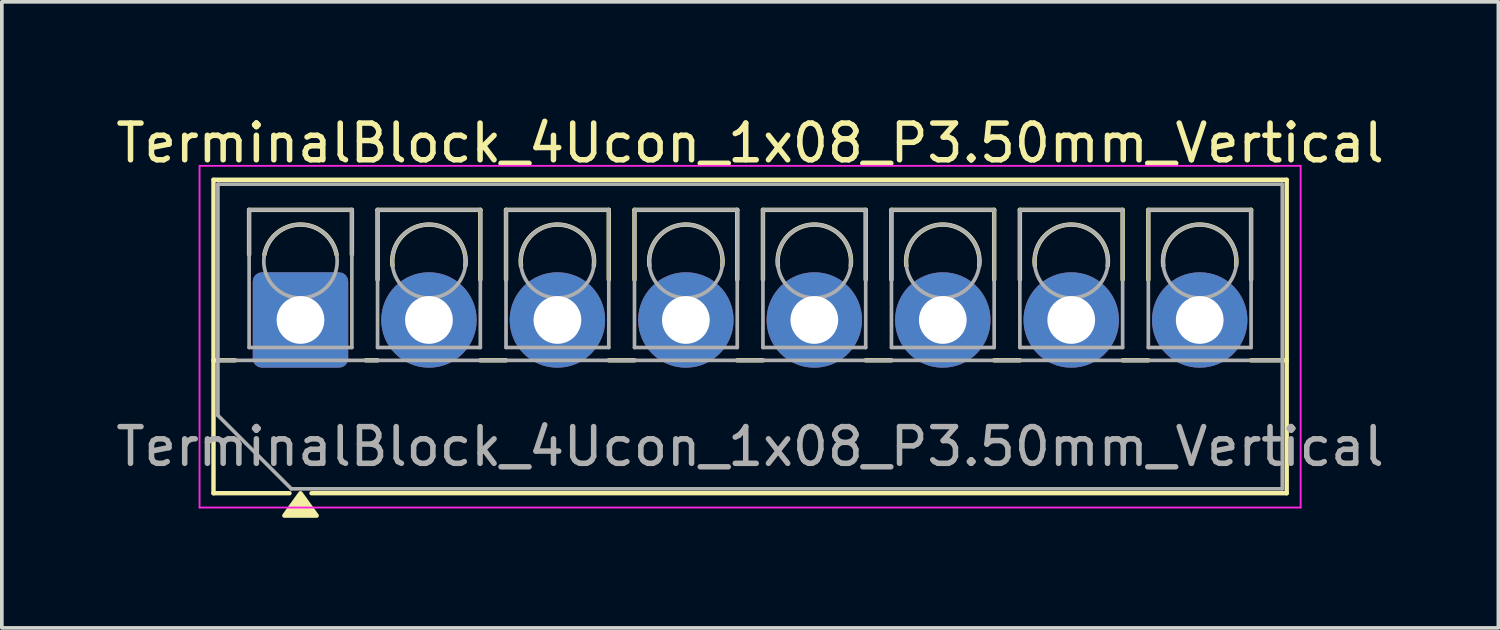
<source format=kicad_pcb>
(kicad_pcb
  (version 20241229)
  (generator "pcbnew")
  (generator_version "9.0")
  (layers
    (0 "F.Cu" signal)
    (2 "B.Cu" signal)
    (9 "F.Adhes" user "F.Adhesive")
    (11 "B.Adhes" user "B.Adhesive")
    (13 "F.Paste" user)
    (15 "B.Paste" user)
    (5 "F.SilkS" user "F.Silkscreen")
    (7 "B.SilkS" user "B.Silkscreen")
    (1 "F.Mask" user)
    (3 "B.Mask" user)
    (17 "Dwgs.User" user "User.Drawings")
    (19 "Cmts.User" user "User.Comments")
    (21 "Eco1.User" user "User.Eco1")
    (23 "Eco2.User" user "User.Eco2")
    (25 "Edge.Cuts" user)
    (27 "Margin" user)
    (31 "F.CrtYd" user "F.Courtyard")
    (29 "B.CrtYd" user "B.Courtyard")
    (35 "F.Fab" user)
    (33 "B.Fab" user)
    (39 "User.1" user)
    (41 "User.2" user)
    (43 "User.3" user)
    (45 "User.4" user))
  (footprint "TerminalBlock_4Ucon_1x08_P3.50mm_Vertical"
    (layer "F.Cu")
    (at 5.137 5.668)
    (property "Reference" "TerminalBlock_4Ucon_1x08_P3.50mm_Vertical" (at 12.25 -4.82 0) (layer "F.SilkS") (effects (font (size 1 1) (thickness 0.15))))
    (attr through_hole)
    (fp_line (start -2.37 -3.82) (end -2.37 4.72) (stroke (width 0.12) (type solid)) (layer "F.SilkS"))
    (fp_line (start -2.37 -3.82) (end 26.87 -3.82) (stroke (width 0.12) (type solid)) (layer "F.SilkS"))
    (fp_line (start -2.37 1.1) (end -1.78 1.1) (stroke (width 0.12) (type solid)) (layer "F.SilkS"))
    (fp_line (start -2.37 4.72) (end -0.3 4.72) (stroke (width 0.12) (type solid)) (layer "F.SilkS"))
    (fp_line (start -1.4 -3) (end -1.4 -1.78) (stroke (width 0.12) (type solid)) (layer "F.SilkS"))
    (fp_line (start -1.4 -3) (end 1.4 -3) (stroke (width 0.12) (type solid)) (layer "F.SilkS"))
    (fp_line (start 0.3 4.72) (end 26.87 4.72) (stroke (width 0.12) (type solid)) (layer "F.SilkS"))
    (fp_line (start 1.4 -3) (end 1.4 -1.78) (stroke (width 0.12) (type solid)) (layer "F.SilkS"))
    (fp_line (start 1.78 1.1) (end 2.101 1.1) (stroke (width 0.12) (type solid)) (layer "F.SilkS"))
    (fp_line (start 2.1 -3) (end 2.1 -1.099) (stroke (width 0.12) (type solid)) (layer "F.SilkS"))
    (fp_line (start 2.1 -3) (end 4.9 -3) (stroke (width 0.12) (type solid)) (layer "F.SilkS"))
    (fp_line (start 4.899 1.1) (end 5.601 1.1) (stroke (width 0.12) (type solid)) (layer "F.SilkS"))
    (fp_line (start 4.9 -3) (end 4.9 -1.099) (stroke (width 0.12) (type solid)) (layer "F.SilkS"))
    (fp_line (start 5.6 -3) (end 5.6 -1.099) (stroke (width 0.12) (type solid)) (layer "F.SilkS"))
    (fp_line (start 5.6 -3) (end 8.4 -3) (stroke (width 0.12) (type solid)) (layer "F.SilkS"))
    (fp_line (start 8.399 1.1) (end 9.101 1.1) (stroke (width 0.12) (type solid)) (layer "F.SilkS"))
    (fp_line (start 8.4 -3) (end 8.4 -1.099) (stroke (width 0.12) (type solid)) (layer "F.SilkS"))
    (fp_line (start 9.1 -3) (end 9.1 -1.099) (stroke (width 0.12) (type solid)) (layer "F.SilkS"))
    (fp_line (start 9.1 -3) (end 11.9 -3) (stroke (width 0.12) (type solid)) (layer "F.SilkS"))
    (fp_line (start 11.899 1.1) (end 12.601 1.1) (stroke (width 0.12) (type solid)) (layer "F.SilkS"))
    (fp_line (start 11.9 -3) (end 11.9 -1.099) (stroke (width 0.12) (type solid)) (layer "F.SilkS"))
    (fp_line (start 12.6 -3) (end 12.6 -1.099) (stroke (width 0.12) (type solid)) (layer "F.SilkS"))
    (fp_line (start 12.6 -3) (end 15.4 -3) (stroke (width 0.12) (type solid)) (layer "F.SilkS"))
    (fp_line (start 15.399 1.1) (end 16.101 1.1) (stroke (width 0.12) (type solid)) (layer "F.SilkS"))
    (fp_line (start 15.4 -3) (end 15.4 -1.099) (stroke (width 0.12) (type solid)) (layer "F.SilkS"))
    (fp_line (start 16.1 -3) (end 16.1 -1.099) (stroke (width 0.12) (type solid)) (layer "F.SilkS"))
    (fp_line (start 16.1 -3) (end 18.9 -3) (stroke (width 0.12) (type solid)) (layer "F.SilkS"))
    (fp_line (start 18.899 1.1) (end 19.601 1.1) (stroke (width 0.12) (type solid)) (layer "F.SilkS"))
    (fp_line (start 18.9 -3) (end 18.9 -1.099) (stroke (width 0.12) (type solid)) (layer "F.SilkS"))
    (fp_line (start 19.6 -3) (end 19.6 -1.099) (stroke (width 0.12) (type solid)) (layer "F.SilkS"))
    (fp_line (start 19.6 -3) (end 22.4 -3) (stroke (width 0.12) (type solid)) (layer "F.SilkS"))
    (fp_line (start 22.399 1.1) (end 23.101 1.1) (stroke (width 0.12) (type solid)) (layer "F.SilkS"))
    (fp_line (start 22.4 -3) (end 22.4 -1.099) (stroke (width 0.12) (type solid)) (layer "F.SilkS"))
    (fp_line (start 23.1 -3) (end 23.1 -1.099) (stroke (width 0.12) (type solid)) (layer "F.SilkS"))
    (fp_line (start 23.1 -3) (end 25.9 -3) (stroke (width 0.12) (type solid)) (layer "F.SilkS"))
    (fp_line (start 25.899 1.1) (end 26.87 1.1) (stroke (width 0.12) (type solid)) (layer "F.SilkS"))
    (fp_line (start 25.9 -3) (end 25.9 -1.099) (stroke (width 0.12) (type solid)) (layer "F.SilkS"))
    (fp_line (start 26.87 -3.82) (end 26.87 4.72) (stroke (width 0.12) (type solid)) (layer "F.SilkS"))
    (fp_arc (start -0.984 -1.78) (mid -0.00006 -2.600328) (end 0.983978 -1.780118) (stroke (width 0.12) (type solid)) (layer "F.SilkS"))
    (fp_arc (start 2.508 -1.478) (mid 3.500313 -2.599474) (end 4.491923 -1.477379) (stroke (width 0.12) (type solid)) (layer "F.SilkS"))
    (fp_arc (start 6.008 -1.478) (mid 7.000313 -2.599474) (end 7.991923 -1.477379) (stroke (width 0.12) (type solid)) (layer "F.SilkS"))
    (fp_arc (start 9.508 -1.478) (mid 10.500313 -2.599474) (end 11.491923 -1.477379) (stroke (width 0.12) (type solid)) (layer "F.SilkS"))
    (fp_arc (start 13.008 -1.478) (mid 14.000313 -2.599474) (end 14.991923 -1.477379) (stroke (width 0.12) (type solid)) (layer "F.SilkS"))
    (fp_arc (start 16.508 -1.478) (mid 17.500313 -2.599474) (end 18.491923 -1.477379) (stroke (width 0.12) (type solid)) (layer "F.SilkS"))
    (fp_arc (start 20.008 -1.478) (mid 21.000313 -2.599474) (end 21.991923 -1.477379) (stroke (width 0.12) (type solid)) (layer "F.SilkS"))
    (fp_arc (start 23.508 -1.478) (mid 24.500313 -2.599474) (end 25.491923 -1.477379) (stroke (width 0.12) (type solid)) (layer "F.SilkS"))
    (fp_poly (pts (xy 0 4.72) (xy 0.44 5.33) (xy -0.44 5.33)) (stroke (width 0.12) (type solid)) (fill yes) (layer "F.SilkS"))
    (fp_line (start -2.75 -4.2) (end -2.75 5.11) (stroke (width 0.05) (type solid)) (layer "F.CrtYd"))
    (fp_line (start -2.75 5.11) (end 27.25 5.11) (stroke (width 0.05) (type solid)) (layer "F.CrtYd"))
    (fp_line (start 27.25 -4.2) (end -2.75 -4.2) (stroke (width 0.05) (type solid)) (layer "F.CrtYd"))
    (fp_line (start 27.25 5.11) (end 27.25 -4.2) (stroke (width 0.05) (type solid)) (layer "F.CrtYd"))
    (fp_line (start -2.25 -3.7) (end 26.75 -3.7) (stroke (width 0.1) (type solid)) (layer "F.Fab"))
    (fp_line (start -2.25 1.1) (end 26.75 1.1) (stroke (width 0.1) (type solid)) (layer "F.Fab"))
    (fp_line (start -2.25 2.6) (end -2.25 -3.7) (stroke (width 0.1) (type solid)) (layer "F.Fab"))
    (fp_line (start -1.4 -3) (end -1.4 0.75) (stroke (width 0.1) (type solid)) (layer "F.Fab"))
    (fp_line (start -1.4 0.75) (end 1.4 0.75) (stroke (width 0.1) (type solid)) (layer "F.Fab"))
    (fp_line (start -0.25 4.6) (end -2.25 2.6) (stroke (width 0.1) (type solid)) (layer "F.Fab"))
    (fp_line (start 1.4 -3) (end -1.4 -3) (stroke (width 0.1) (type solid)) (layer "F.Fab"))
    (fp_line (start 1.4 0.75) (end 1.4 -3) (stroke (width 0.1) (type solid)) (layer "F.Fab"))
    (fp_line (start 2.1 -3) (end 2.1 0.75) (stroke (width 0.1) (type solid)) (layer "F.Fab"))
    (fp_line (start 2.1 0.75) (end 4.9 0.75) (stroke (width 0.1) (type solid)) (layer "F.Fab"))
    (fp_line (start 4.9 -3) (end 2.1 -3) (stroke (width 0.1) (type solid)) (layer "F.Fab"))
    (fp_line (start 4.9 0.75) (end 4.9 -3) (stroke (width 0.1) (type solid)) (layer "F.Fab"))
    (fp_line (start 5.6 -3) (end 5.6 0.75) (stroke (width 0.1) (type solid)) (layer "F.Fab"))
    (fp_line (start 5.6 0.75) (end 8.4 0.75) (stroke (width 0.1) (type solid)) (layer "F.Fab"))
    (fp_line (start 8.4 -3) (end 5.6 -3) (stroke (width 0.1) (type solid)) (layer "F.Fab"))
    (fp_line (start 8.4 0.75) (end 8.4 -3) (stroke (width 0.1) (type solid)) (layer "F.Fab"))
    (fp_line (start 9.1 -3) (end 9.1 0.75) (stroke (width 0.1) (type solid)) (layer "F.Fab"))
    (fp_line (start 9.1 0.75) (end 11.9 0.75) (stroke (width 0.1) (type solid)) (layer "F.Fab"))
    (fp_line (start 11.9 -3) (end 9.1 -3) (stroke (width 0.1) (type solid)) (layer "F.Fab"))
    (fp_line (start 11.9 0.75) (end 11.9 -3) (stroke (width 0.1) (type solid)) (layer "F.Fab"))
    (fp_line (start 12.6 -3) (end 12.6 0.75) (stroke (width 0.1) (type solid)) (layer "F.Fab"))
    (fp_line (start 12.6 0.75) (end 15.4 0.75) (stroke (width 0.1) (type solid)) (layer "F.Fab"))
    (fp_line (start 15.4 -3) (end 12.6 -3) (stroke (width 0.1) (type solid)) (layer "F.Fab"))
    (fp_line (start 15.4 0.75) (end 15.4 -3) (stroke (width 0.1) (type solid)) (layer "F.Fab"))
    (fp_line (start 16.101 -3) (end 16.101 0.75) (stroke (width 0.1) (type solid)) (layer "F.Fab"))
    (fp_line (start 16.101 0.75) (end 18.9 0.75) (stroke (width 0.1) (type solid)) (layer "F.Fab"))
    (fp_line (start 18.9 -3) (end 16.101 -3) (stroke (width 0.1) (type solid)) (layer "F.Fab"))
    (fp_line (start 18.9 0.75) (end 18.9 -3) (stroke (width 0.1) (type solid)) (layer "F.Fab"))
    (fp_line (start 19.6 -3) (end 19.6 0.75) (stroke (width 0.1) (type solid)) (layer "F.Fab"))
    (fp_line (start 19.6 0.75) (end 22.4 0.75) (stroke (width 0.1) (type solid)) (layer "F.Fab"))
    (fp_line (start 22.4 -3) (end 19.6 -3) (stroke (width 0.1) (type solid)) (layer "F.Fab"))
    (fp_line (start 22.4 0.75) (end 22.4 -3) (stroke (width 0.1) (type solid)) (layer "F.Fab"))
    (fp_line (start 23.1 -3) (end 23.1 0.75) (stroke (width 0.1) (type solid)) (layer "F.Fab"))
    (fp_line (start 23.1 0.75) (end 25.9 0.75) (stroke (width 0.1) (type solid)) (layer "F.Fab"))
    (fp_line (start 25.9 -3) (end 23.1 -3) (stroke (width 0.1) (type solid)) (layer "F.Fab"))
    (fp_line (start 25.9 0.75) (end 25.9 -3) (stroke (width 0.1) (type solid)) (layer "F.Fab"))
    (fp_line (start 26.75 -3.7) (end 26.75 4.6) (stroke (width 0.1) (type solid)) (layer "F.Fab"))
    (fp_line (start 26.75 4.6) (end -0.25 4.6) (stroke (width 0.1) (type solid)) (layer "F.Fab"))
    (fp_circle (center 0 -1.6) (end 1 -1.6) (stroke (width 0.1) (type solid)) (fill no) (layer "F.Fab"))
    (fp_circle (center 3.5 -1.6) (end 4.5 -1.6) (stroke (width 0.1) (type solid)) (fill no) (layer "F.Fab"))
    (fp_circle (center 7 -1.6) (end 8 -1.6) (stroke (width 0.1) (type solid)) (fill no) (layer "F.Fab"))
    (fp_circle (center 10.5 -1.6) (end 11.5 -1.6) (stroke (width 0.1) (type solid)) (fill no) (layer "F.Fab"))
    (fp_circle (center 14 -1.6) (end 15 -1.6) (stroke (width 0.1) (type solid)) (fill no) (layer "F.Fab"))
    (fp_circle (center 17.5 -1.6) (end 18.5 -1.6) (stroke (width 0.1) (type solid)) (fill no) (layer "F.Fab"))
    (fp_circle (center 21 -1.6) (end 22 -1.6) (stroke (width 0.1) (type solid)) (fill no) (layer "F.Fab"))
    (fp_circle (center 24.5 -1.6) (end 25.5 -1.6) (stroke (width 0.1) (type solid)) (fill no) (layer "F.Fab"))
    (fp_text user "${REFERENCE}" (at 12.25 3.45 0) (layer "F.Fab") (effects (font (size 1 1) (thickness 0.15))))
    (pad "1" thru_hole roundrect (at 0 0) (size 2.6 2.6) (drill 1.3) (layers "*.Cu" "*.Mask") (roundrect_rratio 0.096))
    (pad "2" thru_hole circle (at 3.5 0) (size 2.6 2.6) (drill 1.3) (layers "*.Cu" "*.Mask"))
    (pad "3" thru_hole circle (at 7 0) (size 2.6 2.6) (drill 1.3) (layers "*.Cu" "*.Mask"))
    (pad "4" thru_hole circle (at 10.5 0) (size 2.6 2.6) (drill 1.3) (layers "*.Cu" "*.Mask"))
    (pad "5" thru_hole circle (at 14 0) (size 2.6 2.6) (drill 1.3) (layers "*.Cu" "*.Mask"))
    (pad "6" thru_hole circle (at 17.5 0) (size 2.6 2.6) (drill 1.3) (layers "*.Cu" "*.Mask"))
    (pad "7" thru_hole circle (at 21 0) (size 2.6 2.6) (drill 1.3) (layers "*.Cu" "*.Mask"))
    (pad "8" thru_hole circle (at 24.5 0) (size 2.6 2.6) (drill 1.3) (layers "*.Cu" "*.Mask")))
  (gr_rect
    (start -3 -3)
    (end 37.774 14.058)
    (stroke (width 0.1) (type default))
    (fill no)
    (layer "Edge.Cuts")))
</source>
